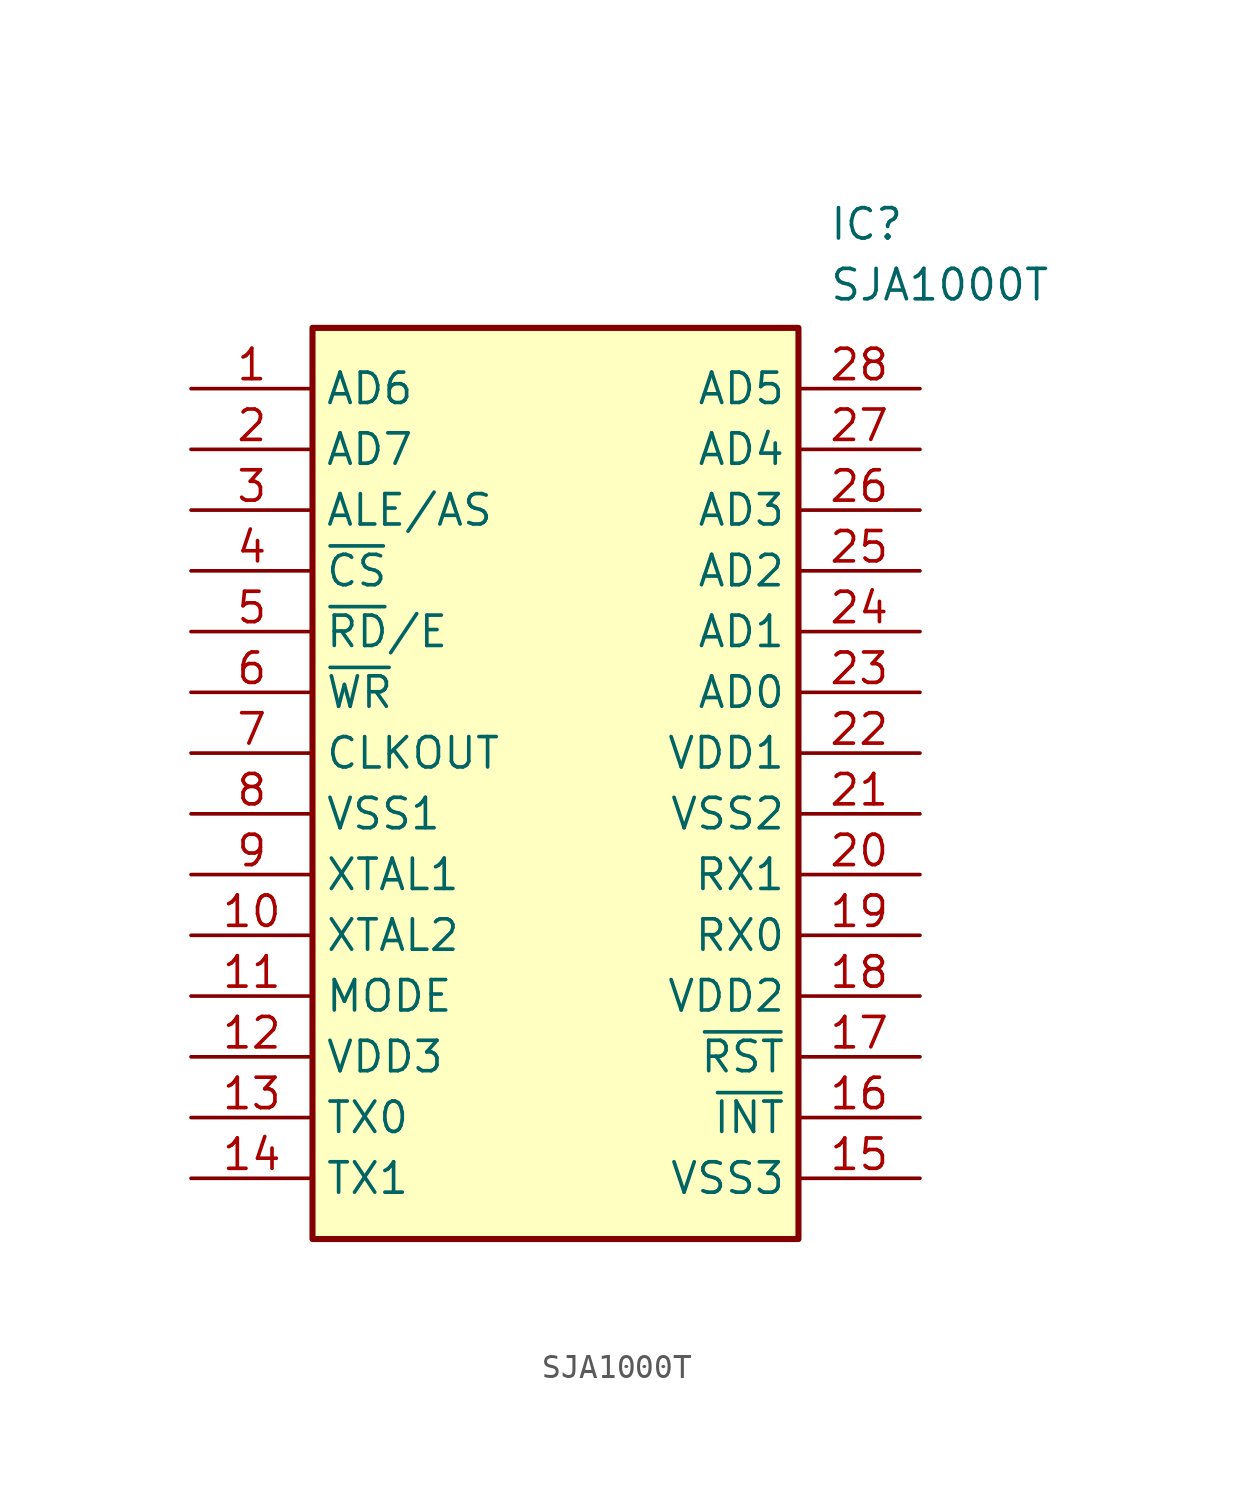
<source format=kicad_sym>
(kicad_symbol_lib
  (version 20211014)
  (generator SamacSys_ECAD_Model)
  (symbol "SJA1000T"
    (property "Reference" "IC"
      (at 26.67 7.62 0)
      (effects (font (size 1.27 1.27)) (justify left top)))
    (property "Value" "SJA1000T"
      (at 26.67 5.08 0)
      (effects (font (size 1.27 1.27)) (justify left top)))
    (rectangle
      (start 5.08 2.54)
      (end 25.4 -35.56)
      (stroke (width 0.254) (type default))
      (fill (type background)))
    (pin passive line
      (at 0 0 0)
      (length 5.08)
      (name "AD6" (effects (font (size 1.27 1.27))))
      (number "1" (effects (font (size 1.27 1.27)))))
    (pin passive line
      (at 0 -2.54 0)
      (length 5.08)
      (name "AD7" (effects (font (size 1.27 1.27))))
      (number "2" (effects (font (size 1.27 1.27)))))
    (pin passive line
      (at 0 -5.08 0)
      (length 5.08)
      (name "ALE/AS" (effects (font (size 1.27 1.27))))
      (number "3" (effects (font (size 1.27 1.27)))))
    (pin passive line
      (at 0 -7.62 0)
      (length 5.08)
      (name "~{CS}" (effects (font (size 1.27 1.27))))
      (number "4" (effects (font (size 1.27 1.27)))))
    (pin passive line
      (at 0 -10.16 0)
      (length 5.08)
      (name "~{RD}/E" (effects (font (size 1.27 1.27))))
      (number "5" (effects (font (size 1.27 1.27)))))
    (pin passive line
      (at 0 -12.7 0)
      (length 5.08)
      (name "~{WR}" (effects (font (size 1.27 1.27))))
      (number "6" (effects (font (size 1.27 1.27)))))
    (pin passive line
      (at 0 -15.24 0)
      (length 5.08)
      (name "CLKOUT" (effects (font (size 1.27 1.27))))
      (number "7" (effects (font (size 1.27 1.27)))))
    (pin passive line
      (at 0 -17.78 0)
      (length 5.08)
      (name "VSS1" (effects (font (size 1.27 1.27))))
      (number "8" (effects (font (size 1.27 1.27)))))
    (pin passive line
      (at 0 -20.32 0)
      (length 5.08)
      (name "XTAL1" (effects (font (size 1.27 1.27))))
      (number "9" (effects (font (size 1.27 1.27)))))
    (pin passive line
      (at 0 -22.86 0)
      (length 5.08)
      (name "XTAL2" (effects (font (size 1.27 1.27))))
      (number "10" (effects (font (size 1.27 1.27)))))
    (pin passive line
      (at 0 -25.4 0)
      (length 5.08)
      (name "MODE" (effects (font (size 1.27 1.27))))
      (number "11" (effects (font (size 1.27 1.27)))))
    (pin passive line
      (at 0 -27.94 0)
      (length 5.08)
      (name "VDD3" (effects (font (size 1.27 1.27))))
      (number "12" (effects (font (size 1.27 1.27)))))
    (pin passive line
      (at 0 -30.48 0)
      (length 5.08)
      (name "TX0" (effects (font (size 1.27 1.27))))
      (number "13" (effects (font (size 1.27 1.27)))))
    (pin passive line
      (at 0 -33.02 0)
      (length 5.08)
      (name "TX1" (effects (font (size 1.27 1.27))))
      (number "14" (effects (font (size 1.27 1.27)))))
    (pin passive line
      (at 30.48 0 180)
      (length 5.08)
      (name "AD5" (effects (font (size 1.27 1.27))))
      (number "28" (effects (font (size 1.27 1.27)))))
    (pin passive line
      (at 30.48 -2.54 180)
      (length 5.08)
      (name "AD4" (effects (font (size 1.27 1.27))))
      (number "27" (effects (font (size 1.27 1.27)))))
    (pin passive line
      (at 30.48 -5.08 180)
      (length 5.08)
      (name "AD3" (effects (font (size 1.27 1.27))))
      (number "26" (effects (font (size 1.27 1.27)))))
    (pin passive line
      (at 30.48 -7.62 180)
      (length 5.08)
      (name "AD2" (effects (font (size 1.27 1.27))))
      (number "25" (effects (font (size 1.27 1.27)))))
    (pin passive line
      (at 30.48 -10.16 180)
      (length 5.08)
      (name "AD1" (effects (font (size 1.27 1.27))))
      (number "24" (effects (font (size 1.27 1.27)))))
    (pin passive line
      (at 30.48 -12.7 180)
      (length 5.08)
      (name "AD0" (effects (font (size 1.27 1.27))))
      (number "23" (effects (font (size 1.27 1.27)))))
    (pin passive line
      (at 30.48 -15.24 180)
      (length 5.08)
      (name "VDD1" (effects (font (size 1.27 1.27))))
      (number "22" (effects (font (size 1.27 1.27)))))
    (pin passive line
      (at 30.48 -17.78 180)
      (length 5.08)
      (name "VSS2" (effects (font (size 1.27 1.27))))
      (number "21" (effects (font (size 1.27 1.27)))))
    (pin passive line
      (at 30.48 -20.32 180)
      (length 5.08)
      (name "RX1" (effects (font (size 1.27 1.27))))
      (number "20" (effects (font (size 1.27 1.27)))))
    (pin passive line
      (at 30.48 -22.86 180)
      (length 5.08)
      (name "RX0" (effects (font (size 1.27 1.27))))
      (number "19" (effects (font (size 1.27 1.27)))))
    (pin passive line
      (at 30.48 -25.4 180)
      (length 5.08)
      (name "VDD2" (effects (font (size 1.27 1.27))))
      (number "18" (effects (font (size 1.27 1.27)))))
    (pin passive line
      (at 30.48 -27.94 180)
      (length 5.08)
      (name "~{RST}" (effects (font (size 1.27 1.27))))
      (number "17" (effects (font (size 1.27 1.27)))))
    (pin passive line
      (at 30.48 -30.48 180)
      (length 5.08)
      (name "~{INT}" (effects (font (size 1.27 1.27))))
      (number "16" (effects (font (size 1.27 1.27)))))
    (pin passive line
      (at 30.48 -33.02 180)
      (length 5.08)
      (name "VSS3" (effects (font (size 1.27 1.27))))
      (number "15" (effects (font (size 1.27 1.27)))))))
</source>
